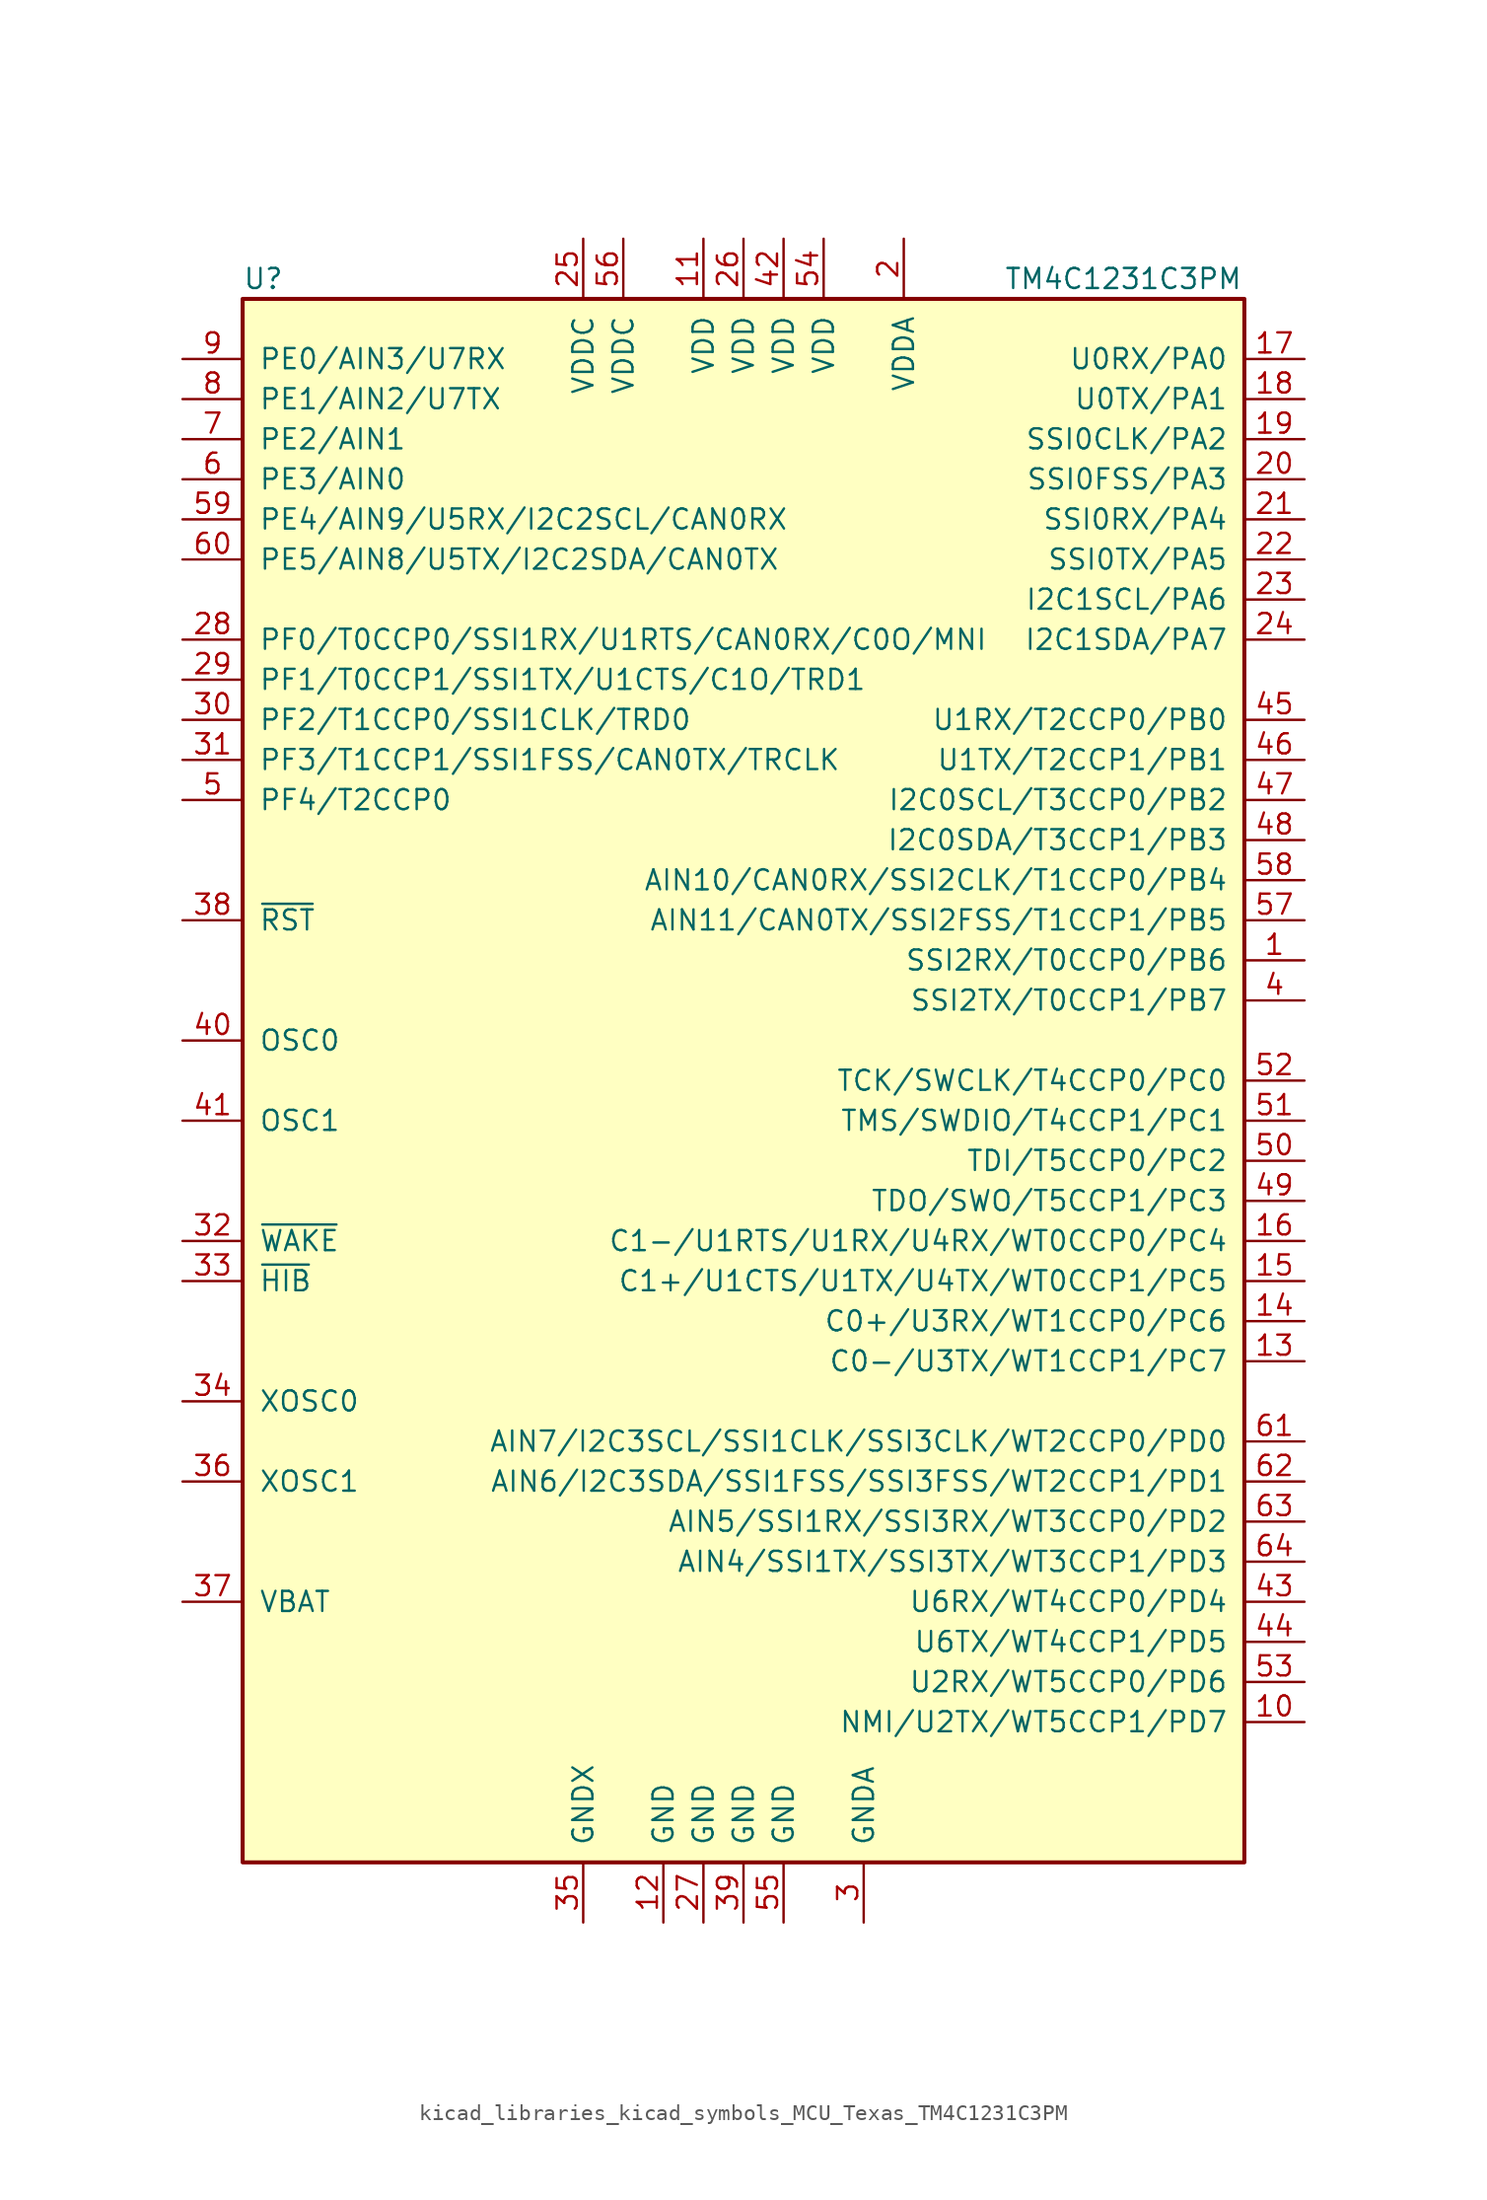
<source format=kicad_sym>
(kicad_symbol_lib
  (version 20220914)
  (generator kicad_symbol_editor)
  (symbol "kicad_libraries_kicad_symbols_MCU_Texas_TM4C1231C3PM"
    (pin_names
      (offset 1.016))
    (property "Reference" "U"
      (at -31.75 50.8 0)
      (effects (font (size 1.27 1.27)) (justify left)))
    (property "Value" "TM4C1231C3PM"
      (at 16.51 50.8 0)
      (effects (font (size 1.27 1.27)) (justify left)))
    (symbol "kicad_libraries_kicad_symbols_MCU_Texas_TM4C1231C3PM_0_1"
      (rectangle (start -31.75 49.53) (end 31.75 -49.53) (stroke (width 0.254) (type default)) (fill (type background))))
    (symbol "kicad_libraries_kicad_symbols_MCU_Texas_TM4C1231C3PM_1_1"
      (pin bidirectional line (at 35.56 7.62 180) (length 3.81) (name "SSI2RX/T0CCP0/PB6" (effects (font (size 1.27 1.27)))) (number "1" (effects (font (size 1.27 1.27)))))
      (pin bidirectional line (at 35.56 -40.64 180) (length 3.81) (name "NMI/U2TX/WT5CCP1/PD7" (effects (font (size 1.27 1.27)))) (number "10" (effects (font (size 1.27 1.27)))))
      (pin power_in line (at -2.54 53.34 270) (length 3.81) (name "VDD" (effects (font (size 1.27 1.27)))) (number "11" (effects (font (size 1.27 1.27)))))
      (pin power_in line (at -5.08 -53.34 90) (length 3.81) (name "GND" (effects (font (size 1.27 1.27)))) (number "12" (effects (font (size 1.27 1.27)))))
      (pin bidirectional line (at 35.56 -17.78 180) (length 3.81) (name "C0-/U3TX/WT1CCP1/PC7" (effects (font (size 1.27 1.27)))) (number "13" (effects (font (size 1.27 1.27)))))
      (pin bidirectional line (at 35.56 -15.24 180) (length 3.81) (name "C0+/U3RX/WT1CCP0/PC6" (effects (font (size 1.27 1.27)))) (number "14" (effects (font (size 1.27 1.27)))))
      (pin bidirectional line (at 35.56 -12.7 180) (length 3.81) (name "C1+/U1CTS/U1TX/U4TX/WT0CCP1/PC5" (effects (font (size 1.27 1.27)))) (number "15" (effects (font (size 1.27 1.27)))))
      (pin bidirectional line (at 35.56 -10.16 180) (length 3.81) (name "C1-/U1RTS/U1RX/U4RX/WT0CCP0/PC4" (effects (font (size 1.27 1.27)))) (number "16" (effects (font (size 1.27 1.27)))))
      (pin bidirectional line (at 35.56 45.72 180) (length 3.81) (name "U0RX/PA0" (effects (font (size 1.27 1.27)))) (number "17" (effects (font (size 1.27 1.27)))))
      (pin bidirectional line (at 35.56 43.18 180) (length 3.81) (name "U0TX/PA1" (effects (font (size 1.27 1.27)))) (number "18" (effects (font (size 1.27 1.27)))))
      (pin bidirectional line (at 35.56 40.64 180) (length 3.81) (name "SSI0CLK/PA2" (effects (font (size 1.27 1.27)))) (number "19" (effects (font (size 1.27 1.27)))))
      (pin power_in line (at 10.16 53.34 270) (length 3.81) (name "VDDA" (effects (font (size 1.27 1.27)))) (number "2" (effects (font (size 1.27 1.27)))))
      (pin bidirectional line (at 35.56 38.1 180) (length 3.81) (name "SSI0FSS/PA3" (effects (font (size 1.27 1.27)))) (number "20" (effects (font (size 1.27 1.27)))))
      (pin bidirectional line (at 35.56 35.56 180) (length 3.81) (name "SSI0RX/PA4" (effects (font (size 1.27 1.27)))) (number "21" (effects (font (size 1.27 1.27)))))
      (pin bidirectional line (at 35.56 33.02 180) (length 3.81) (name "SSI0TX/PA5" (effects (font (size 1.27 1.27)))) (number "22" (effects (font (size 1.27 1.27)))))
      (pin bidirectional line (at 35.56 30.48 180) (length 3.81) (name "I2C1SCL/PA6" (effects (font (size 1.27 1.27)))) (number "23" (effects (font (size 1.27 1.27)))))
      (pin bidirectional line (at 35.56 27.94 180) (length 3.81) (name "I2C1SDA/PA7" (effects (font (size 1.27 1.27)))) (number "24" (effects (font (size 1.27 1.27)))))
      (pin power_in line (at -10.16 53.34 270) (length 3.81) (name "VDDC" (effects (font (size 1.27 1.27)))) (number "25" (effects (font (size 1.27 1.27)))))
      (pin power_in line (at 0 53.34 270) (length 3.81) (name "VDD" (effects (font (size 1.27 1.27)))) (number "26" (effects (font (size 1.27 1.27)))))
      (pin power_in line (at -2.54 -53.34 90) (length 3.81) (name "GND" (effects (font (size 1.27 1.27)))) (number "27" (effects (font (size 1.27 1.27)))))
      (pin bidirectional line (at -35.56 27.94 0) (length 3.81) (name "PF0/T0CCP0/SSI1RX/U1RTS/CAN0RX/C0O/MNI" (effects (font (size 1.27 1.27)))) (number "28" (effects (font (size 1.27 1.27)))))
      (pin bidirectional line (at -35.56 25.4 0) (length 3.81) (name "PF1/T0CCP1/SSI1TX/U1CTS/C1O/TRD1" (effects (font (size 1.27 1.27)))) (number "29" (effects (font (size 1.27 1.27)))))
      (pin power_in line (at 7.62 -53.34 90) (length 3.81) (name "GNDA" (effects (font (size 1.27 1.27)))) (number "3" (effects (font (size 1.27 1.27)))))
      (pin bidirectional line (at -35.56 22.86 0) (length 3.81) (name "PF2/T1CCP0/SSI1CLK/TRD0" (effects (font (size 1.27 1.27)))) (number "30" (effects (font (size 1.27 1.27)))))
      (pin bidirectional line (at -35.56 20.32 0) (length 3.81) (name "PF3/T1CCP1/SSI1FSS/CAN0TX/TRCLK" (effects (font (size 1.27 1.27)))) (number "31" (effects (font (size 1.27 1.27)))))
      (pin input line (at -35.56 -10.16 0) (length 3.81) (name "~{WAKE}" (effects (font (size 1.27 1.27)))) (number "32" (effects (font (size 1.27 1.27)))))
      (pin open_collector line (at -35.56 -12.7 0) (length 3.81) (name "~{HIB}" (effects (font (size 1.27 1.27)))) (number "33" (effects (font (size 1.27 1.27)))))
      (pin passive line (at -35.56 -20.32 0) (length 3.81) (name "XOSC0" (effects (font (size 1.27 1.27)))) (number "34" (effects (font (size 1.27 1.27)))))
      (pin power_in line (at -10.16 -53.34 90) (length 3.81) (name "GNDX" (effects (font (size 1.27 1.27)))) (number "35" (effects (font (size 1.27 1.27)))))
      (pin passive line (at -35.56 -25.4 0) (length 3.81) (name "XOSC1" (effects (font (size 1.27 1.27)))) (number "36" (effects (font (size 1.27 1.27)))))
      (pin passive line (at -35.56 -33.02 0) (length 3.81) (name "VBAT" (effects (font (size 1.27 1.27)))) (number "37" (effects (font (size 1.27 1.27)))))
      (pin input line (at -35.56 10.16 0) (length 3.81) (name "~{RST}" (effects (font (size 1.27 1.27)))) (number "38" (effects (font (size 1.27 1.27)))))
      (pin bidirectional line (at 0 -53.34 90) (length 3.81) (name "GND" (effects (font (size 1.27 1.27)))) (number "39" (effects (font (size 1.27 1.27)))))
      (pin bidirectional line (at 35.56 5.08 180) (length 3.81) (name "SSI2TX/T0CCP1/PB7" (effects (font (size 1.27 1.27)))) (number "4" (effects (font (size 1.27 1.27)))))
      (pin passive line (at -35.56 2.54 0) (length 3.81) (name "OSC0" (effects (font (size 1.27 1.27)))) (number "40" (effects (font (size 1.27 1.27)))))
      (pin passive line (at -35.56 -2.54 0) (length 3.81) (name "OSC1" (effects (font (size 1.27 1.27)))) (number "41" (effects (font (size 1.27 1.27)))))
      (pin power_in line (at 2.54 53.34 270) (length 3.81) (name "VDD" (effects (font (size 1.27 1.27)))) (number "42" (effects (font (size 1.27 1.27)))))
      (pin bidirectional line (at 35.56 -33.02 180) (length 3.81) (name "U6RX/WT4CCP0/PD4" (effects (font (size 1.27 1.27)))) (number "43" (effects (font (size 1.27 1.27)))))
      (pin bidirectional line (at 35.56 -35.56 180) (length 3.81) (name "U6TX/WT4CCP1/PD5" (effects (font (size 1.27 1.27)))) (number "44" (effects (font (size 1.27 1.27)))))
      (pin bidirectional line (at 35.56 22.86 180) (length 3.81) (name "U1RX/T2CCP0/PB0" (effects (font (size 1.27 1.27)))) (number "45" (effects (font (size 1.27 1.27)))))
      (pin bidirectional line (at 35.56 20.32 180) (length 3.81) (name "U1TX/T2CCP1/PB1" (effects (font (size 1.27 1.27)))) (number "46" (effects (font (size 1.27 1.27)))))
      (pin bidirectional line (at 35.56 17.78 180) (length 3.81) (name "I2C0SCL/T3CCP0/PB2" (effects (font (size 1.27 1.27)))) (number "47" (effects (font (size 1.27 1.27)))))
      (pin bidirectional line (at 35.56 15.24 180) (length 3.81) (name "I2C0SDA/T3CCP1/PB3" (effects (font (size 1.27 1.27)))) (number "48" (effects (font (size 1.27 1.27)))))
      (pin bidirectional line (at 35.56 -7.62 180) (length 3.81) (name "TDO/SWO/T5CCP1/PC3" (effects (font (size 1.27 1.27)))) (number "49" (effects (font (size 1.27 1.27)))))
      (pin bidirectional line (at -35.56 17.78 0) (length 3.81) (name "PF4/T2CCP0" (effects (font (size 1.27 1.27)))) (number "5" (effects (font (size 1.27 1.27)))))
      (pin bidirectional line (at 35.56 -5.08 180) (length 3.81) (name "TDI/T5CCP0/PC2" (effects (font (size 1.27 1.27)))) (number "50" (effects (font (size 1.27 1.27)))))
      (pin bidirectional line (at 35.56 -2.54 180) (length 3.81) (name "TMS/SWDIO/T4CCP1/PC1" (effects (font (size 1.27 1.27)))) (number "51" (effects (font (size 1.27 1.27)))))
      (pin bidirectional line (at 35.56 0 180) (length 3.81) (name "TCK/SWCLK/T4CCP0/PC0" (effects (font (size 1.27 1.27)))) (number "52" (effects (font (size 1.27 1.27)))))
      (pin bidirectional line (at 35.56 -38.1 180) (length 3.81) (name "U2RX/WT5CCP0/PD6" (effects (font (size 1.27 1.27)))) (number "53" (effects (font (size 1.27 1.27)))))
      (pin power_in line (at 5.08 53.34 270) (length 3.81) (name "VDD" (effects (font (size 1.27 1.27)))) (number "54" (effects (font (size 1.27 1.27)))))
      (pin power_in line (at 2.54 -53.34 90) (length 3.81) (name "GND" (effects (font (size 1.27 1.27)))) (number "55" (effects (font (size 1.27 1.27)))))
      (pin power_in line (at -7.62 53.34 270) (length 3.81) (name "VDDC" (effects (font (size 1.27 1.27)))) (number "56" (effects (font (size 1.27 1.27)))))
      (pin bidirectional line (at 35.56 10.16 180) (length 3.81) (name "AIN11/CAN0TX/SSI2FSS/T1CCP1/PB5" (effects (font (size 1.27 1.27)))) (number "57" (effects (font (size 1.27 1.27)))))
      (pin bidirectional line (at 35.56 12.7 180) (length 3.81) (name "AIN10/CAN0RX/SSI2CLK/T1CCP0/PB4" (effects (font (size 1.27 1.27)))) (number "58" (effects (font (size 1.27 1.27)))))
      (pin bidirectional line (at -35.56 35.56 0) (length 3.81) (name "PE4/AIN9/U5RX/I2C2SCL/CAN0RX" (effects (font (size 1.27 1.27)))) (number "59" (effects (font (size 1.27 1.27)))))
      (pin bidirectional line (at -35.56 38.1 0) (length 3.81) (name "PE3/AIN0" (effects (font (size 1.27 1.27)))) (number "6" (effects (font (size 1.27 1.27)))))
      (pin bidirectional line (at -35.56 33.02 0) (length 3.81) (name "PE5/AIN8/U5TX/I2C2SDA/CAN0TX" (effects (font (size 1.27 1.27)))) (number "60" (effects (font (size 1.27 1.27)))))
      (pin bidirectional line (at 35.56 -22.86 180) (length 3.81) (name "AIN7/I2C3SCL/SSI1CLK/SSI3CLK/WT2CCP0/PD0" (effects (font (size 1.27 1.27)))) (number "61" (effects (font (size 1.27 1.27)))))
      (pin bidirectional line (at 35.56 -25.4 180) (length 3.81) (name "AIN6/I2C3SDA/SSI1FSS/SSI3FSS/WT2CCP1/PD1" (effects (font (size 1.27 1.27)))) (number "62" (effects (font (size 1.27 1.27)))))
      (pin bidirectional line (at 35.56 -27.94 180) (length 3.81) (name "AIN5/SSI1RX/SSI3RX/WT3CCP0/PD2" (effects (font (size 1.27 1.27)))) (number "63" (effects (font (size 1.27 1.27)))))
      (pin bidirectional line (at 35.56 -30.48 180) (length 3.81) (name "AIN4/SSI1TX/SSI3TX/WT3CCP1/PD3" (effects (font (size 1.27 1.27)))) (number "64" (effects (font (size 1.27 1.27)))))
      (pin bidirectional line (at -35.56 40.64 0) (length 3.81) (name "PE2/AIN1" (effects (font (size 1.27 1.27)))) (number "7" (effects (font (size 1.27 1.27)))))
      (pin bidirectional line (at -35.56 43.18 0) (length 3.81) (name "PE1/AIN2/U7TX" (effects (font (size 1.27 1.27)))) (number "8" (effects (font (size 1.27 1.27)))))
      (pin bidirectional line (at -35.56 45.72 0) (length 3.81) (name "PE0/AIN3/U7RX" (effects (font (size 1.27 1.27)))) (number "9" (effects (font (size 1.27 1.27))))))))
</source>
